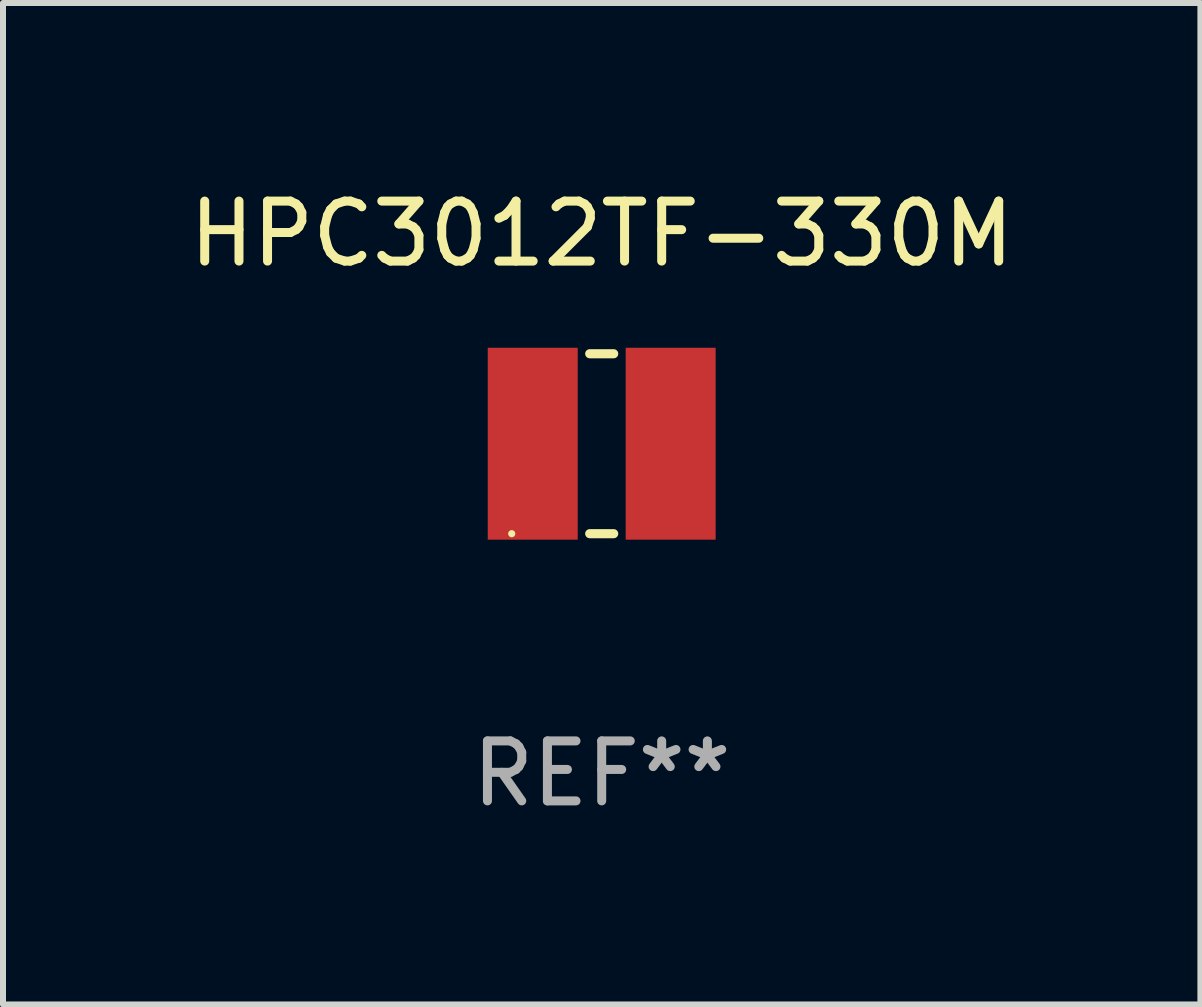
<source format=kicad_pcb>
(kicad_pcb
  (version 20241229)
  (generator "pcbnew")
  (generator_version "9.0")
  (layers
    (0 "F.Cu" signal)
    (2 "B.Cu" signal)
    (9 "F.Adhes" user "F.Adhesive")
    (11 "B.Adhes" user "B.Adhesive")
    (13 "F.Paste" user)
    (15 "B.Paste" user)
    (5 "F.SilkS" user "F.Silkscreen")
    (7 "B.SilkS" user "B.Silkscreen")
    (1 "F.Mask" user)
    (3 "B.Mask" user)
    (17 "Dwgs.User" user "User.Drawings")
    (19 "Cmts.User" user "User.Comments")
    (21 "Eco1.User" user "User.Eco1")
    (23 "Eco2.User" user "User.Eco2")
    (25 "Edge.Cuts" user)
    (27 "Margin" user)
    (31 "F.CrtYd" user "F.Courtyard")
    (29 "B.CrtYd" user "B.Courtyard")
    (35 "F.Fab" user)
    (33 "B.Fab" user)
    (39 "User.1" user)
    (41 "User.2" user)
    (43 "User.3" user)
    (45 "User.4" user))
  (footprint "HPC3012TF-330M"
    (layer "F.Cu")
    (at 6.982 4.348)
    (property "Reference" "HPC3012TF-330M" (at 0 -3.5 0) (layer "F.SilkS") (effects (font (size 1 1) (thickness 0.15))))
    (attr through_hole)
    (fp_line (start -0.2 -1.5) (end 0.2 -1.5) (stroke (width 0.152) (type solid)) (layer "F.SilkS"))
    (fp_line (start 0.2 1.5) (end -0.2 1.5) (stroke (width 0.152) (type solid)) (layer "F.SilkS"))
    (fp_circle (center -1.5 1.5) (end -1.47 1.5) (stroke (width 0.06) (type solid)) (fill no) (layer "F.SilkS"))
    (fp_text user "REF**" (at 0 5.5 0) (layer "F.Fab") (effects (font (size 1 1) (thickness 0.15))))
    (pad "1" smd rect (at -1.15 -0.000025) (size 1.5 3.2) (layers "F.Cu" "F.Mask" "F.Paste"))
    (pad "2" smd rect (at 1.15 -0.000025) (size 1.5 3.2) (layers "F.Cu" "F.Mask" "F.Paste")))
  (gr_rect
    (start -3 -3)
    (end 16.964 13.697)
    (stroke (width 0.1) (type default))
    (fill no)
    (layer "Edge.Cuts")))
</source>
